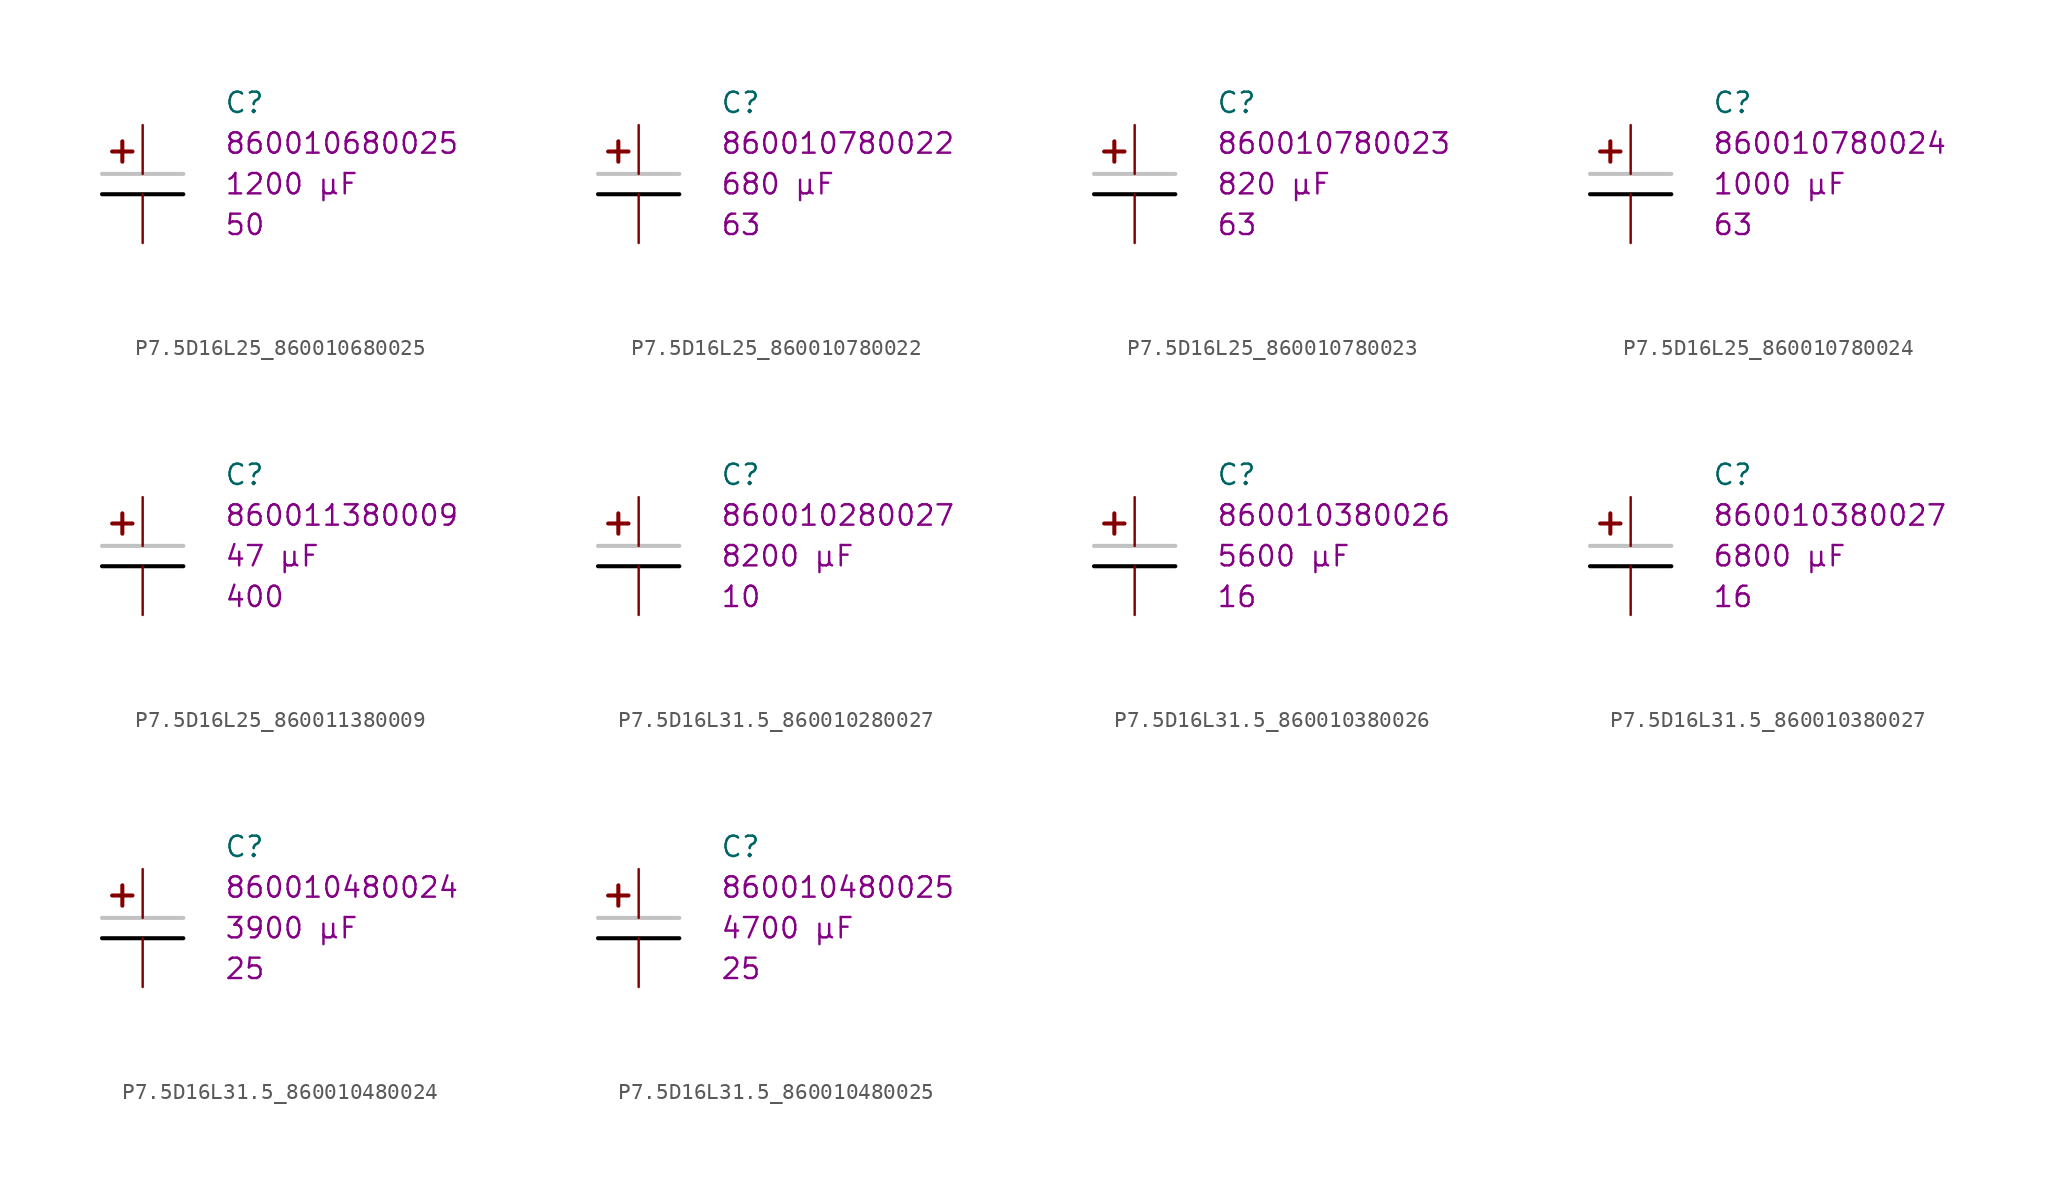
<source format=kicad_sym>
(kicad_symbol_lib
  (version 20220914)
  (generator kicad_symbol_editor)
  (symbol "P7.5D16L25_860010680025"
    (pin_numbers hide)
    (pin_names hide)
    (property "Reference" "C"
      (at 5.08 5.08 0)
      (effects (font (size 1.27 1.27)) (justify left)))
    (property "Part Number" "860010680025"
      (at 5.08 2.54 0)
      (effects (font (size 1.27 1.27)) (justify left)))
    (property "Capacitance" "1200 µF"
      (at 5.08 0 0)
      (effects (font (size 1.27 1.27)) (justify left)))
    (property "Voltage" "50"
      (at 5.08 -2.54 0)
      (effects (font (size 1.27 1.27)) (justify left)))
    (property "Critical Parameter" ""
      (at 0 -7.62 0)
      (effects (font (size 1.27 1.27))))
    (symbol "P7.5D16L25_860010680025_1_1"
      (polyline (pts (xy -1.27 2.667) (xy -1.27 1.397)) (stroke (width 0.254) (type default)) (fill (type none)))
      (polyline (pts (xy -0.635 2.032) (xy -1.905 2.032)) (stroke (width 0.254) (type default)) (fill (type none)))
      (polyline (pts (xy 2.54 -0.635) (xy -2.54 -0.635)) (stroke (width 0.254) (type default) (color 0 0 0 1)) (fill (type none)))
      (polyline (pts (xy 2.54 0.635) (xy -2.54 0.635)) (stroke (width 0.254) (type default) (color 194 194 194 1)) (fill (type none)))
      (pin passive line (at 0 3.679 270) (length 3.044) (name "1" (effects (font (size 1.27 1.27)))) (number "1" (effects (font (size 1.27 1.27)))))
      (pin passive line (at 0 -3.679 90) (length 3.044) (name "2" (effects (font (size 1.27 1.27)))) (number "2" (effects (font (size 1.27 1.27)))))))
  (symbol "P7.5D16L25_860010780022"
    (pin_numbers hide)
    (pin_names hide)
    (property "Reference" "C"
      (at 5.08 5.08 0)
      (effects (font (size 1.27 1.27)) (justify left)))
    (property "Part Number" "860010780022"
      (at 5.08 2.54 0)
      (effects (font (size 1.27 1.27)) (justify left)))
    (property "Capacitance" "680 µF"
      (at 5.08 0 0)
      (effects (font (size 1.27 1.27)) (justify left)))
    (property "Voltage" "63"
      (at 5.08 -2.54 0)
      (effects (font (size 1.27 1.27)) (justify left)))
    (property "Critical Parameter" ""
      (at 0 -7.62 0)
      (effects (font (size 1.27 1.27))))
    (symbol "P7.5D16L25_860010780022_1_1"
      (polyline (pts (xy -1.27 2.667) (xy -1.27 1.397)) (stroke (width 0.254) (type default)) (fill (type none)))
      (polyline (pts (xy -0.635 2.032) (xy -1.905 2.032)) (stroke (width 0.254) (type default)) (fill (type none)))
      (polyline (pts (xy 2.54 -0.635) (xy -2.54 -0.635)) (stroke (width 0.254) (type default) (color 0 0 0 1)) (fill (type none)))
      (polyline (pts (xy 2.54 0.635) (xy -2.54 0.635)) (stroke (width 0.254) (type default) (color 194 194 194 1)) (fill (type none)))
      (pin passive line (at 0 3.679 270) (length 3.044) (name "1" (effects (font (size 1.27 1.27)))) (number "1" (effects (font (size 1.27 1.27)))))
      (pin passive line (at 0 -3.679 90) (length 3.044) (name "2" (effects (font (size 1.27 1.27)))) (number "2" (effects (font (size 1.27 1.27)))))))
  (symbol "P7.5D16L25_860010780023"
    (pin_numbers hide)
    (pin_names hide)
    (property "Reference" "C"
      (at 5.08 5.08 0)
      (effects (font (size 1.27 1.27)) (justify left)))
    (property "Part Number" "860010780023"
      (at 5.08 2.54 0)
      (effects (font (size 1.27 1.27)) (justify left)))
    (property "Capacitance" "820 µF"
      (at 5.08 0 0)
      (effects (font (size 1.27 1.27)) (justify left)))
    (property "Voltage" "63"
      (at 5.08 -2.54 0)
      (effects (font (size 1.27 1.27)) (justify left)))
    (property "Critical Parameter" ""
      (at 0 -7.62 0)
      (effects (font (size 1.27 1.27))))
    (symbol "P7.5D16L25_860010780023_1_1"
      (polyline (pts (xy -1.27 2.667) (xy -1.27 1.397)) (stroke (width 0.254) (type default)) (fill (type none)))
      (polyline (pts (xy -0.635 2.032) (xy -1.905 2.032)) (stroke (width 0.254) (type default)) (fill (type none)))
      (polyline (pts (xy 2.54 -0.635) (xy -2.54 -0.635)) (stroke (width 0.254) (type default) (color 0 0 0 1)) (fill (type none)))
      (polyline (pts (xy 2.54 0.635) (xy -2.54 0.635)) (stroke (width 0.254) (type default) (color 194 194 194 1)) (fill (type none)))
      (pin passive line (at 0 3.679 270) (length 3.044) (name "1" (effects (font (size 1.27 1.27)))) (number "1" (effects (font (size 1.27 1.27)))))
      (pin passive line (at 0 -3.679 90) (length 3.044) (name "2" (effects (font (size 1.27 1.27)))) (number "2" (effects (font (size 1.27 1.27)))))))
  (symbol "P7.5D16L25_860010780024"
    (pin_numbers hide)
    (pin_names hide)
    (property "Reference" "C"
      (at 5.08 5.08 0)
      (effects (font (size 1.27 1.27)) (justify left)))
    (property "Part Number" "860010780024"
      (at 5.08 2.54 0)
      (effects (font (size 1.27 1.27)) (justify left)))
    (property "Capacitance" "1000 µF"
      (at 5.08 0 0)
      (effects (font (size 1.27 1.27)) (justify left)))
    (property "Voltage" "63"
      (at 5.08 -2.54 0)
      (effects (font (size 1.27 1.27)) (justify left)))
    (property "Critical Parameter" ""
      (at 0 -7.62 0)
      (effects (font (size 1.27 1.27))))
    (symbol "P7.5D16L25_860010780024_1_1"
      (polyline (pts (xy -1.27 2.667) (xy -1.27 1.397)) (stroke (width 0.254) (type default)) (fill (type none)))
      (polyline (pts (xy -0.635 2.032) (xy -1.905 2.032)) (stroke (width 0.254) (type default)) (fill (type none)))
      (polyline (pts (xy 2.54 -0.635) (xy -2.54 -0.635)) (stroke (width 0.254) (type default) (color 0 0 0 1)) (fill (type none)))
      (polyline (pts (xy 2.54 0.635) (xy -2.54 0.635)) (stroke (width 0.254) (type default) (color 194 194 194 1)) (fill (type none)))
      (pin passive line (at 0 3.679 270) (length 3.044) (name "1" (effects (font (size 1.27 1.27)))) (number "1" (effects (font (size 1.27 1.27)))))
      (pin passive line (at 0 -3.679 90) (length 3.044) (name "2" (effects (font (size 1.27 1.27)))) (number "2" (effects (font (size 1.27 1.27)))))))
  (symbol "P7.5D16L25_860011380009"
    (pin_numbers hide)
    (pin_names hide)
    (property "Reference" "C"
      (at 5.08 5.08 0)
      (effects (font (size 1.27 1.27)) (justify left)))
    (property "Part Number" "860011380009"
      (at 5.08 2.54 0)
      (effects (font (size 1.27 1.27)) (justify left)))
    (property "Capacitance" "47 µF"
      (at 5.08 0 0)
      (effects (font (size 1.27 1.27)) (justify left)))
    (property "Voltage" "400"
      (at 5.08 -2.54 0)
      (effects (font (size 1.27 1.27)) (justify left)))
    (property "Critical Parameter" ""
      (at 0 -7.62 0)
      (effects (font (size 1.27 1.27))))
    (symbol "P7.5D16L25_860011380009_1_1"
      (polyline (pts (xy -1.27 2.667) (xy -1.27 1.397)) (stroke (width 0.254) (type default)) (fill (type none)))
      (polyline (pts (xy -0.635 2.032) (xy -1.905 2.032)) (stroke (width 0.254) (type default)) (fill (type none)))
      (polyline (pts (xy 2.54 -0.635) (xy -2.54 -0.635)) (stroke (width 0.254) (type default) (color 0 0 0 1)) (fill (type none)))
      (polyline (pts (xy 2.54 0.635) (xy -2.54 0.635)) (stroke (width 0.254) (type default) (color 194 194 194 1)) (fill (type none)))
      (pin passive line (at 0 3.679 270) (length 3.044) (name "1" (effects (font (size 1.27 1.27)))) (number "1" (effects (font (size 1.27 1.27)))))
      (pin passive line (at 0 -3.679 90) (length 3.044) (name "2" (effects (font (size 1.27 1.27)))) (number "2" (effects (font (size 1.27 1.27)))))))
  (symbol "P7.5D16L31.5_860010280027"
    (pin_numbers hide)
    (pin_names hide)
    (property "Reference" "C"
      (at 5.08 5.08 0)
      (effects (font (size 1.27 1.27)) (justify left)))
    (property "Part Number" "860010280027"
      (at 5.08 2.54 0)
      (effects (font (size 1.27 1.27)) (justify left)))
    (property "Capacitance" "8200 µF"
      (at 5.08 0 0)
      (effects (font (size 1.27 1.27)) (justify left)))
    (property "Voltage" "10"
      (at 5.08 -2.54 0)
      (effects (font (size 1.27 1.27)) (justify left)))
    (property "Critical Parameter" ""
      (at 0 -7.62 0)
      (effects (font (size 1.27 1.27))))
    (symbol "P7.5D16L31.5_860010280027_1_1"
      (polyline (pts (xy -1.27 2.667) (xy -1.27 1.397)) (stroke (width 0.254) (type default)) (fill (type none)))
      (polyline (pts (xy -0.635 2.032) (xy -1.905 2.032)) (stroke (width 0.254) (type default)) (fill (type none)))
      (polyline (pts (xy 2.54 -0.635) (xy -2.54 -0.635)) (stroke (width 0.254) (type default) (color 0 0 0 1)) (fill (type none)))
      (polyline (pts (xy 2.54 0.635) (xy -2.54 0.635)) (stroke (width 0.254) (type default) (color 194 194 194 1)) (fill (type none)))
      (pin passive line (at 0 3.679 270) (length 3.044) (name "1" (effects (font (size 1.27 1.27)))) (number "1" (effects (font (size 1.27 1.27)))))
      (pin passive line (at 0 -3.679 90) (length 3.044) (name "2" (effects (font (size 1.27 1.27)))) (number "2" (effects (font (size 1.27 1.27)))))))
  (symbol "P7.5D16L31.5_860010380026"
    (pin_numbers hide)
    (pin_names hide)
    (property "Reference" "C"
      (at 5.08 5.08 0)
      (effects (font (size 1.27 1.27)) (justify left)))
    (property "Part Number" "860010380026"
      (at 5.08 2.54 0)
      (effects (font (size 1.27 1.27)) (justify left)))
    (property "Capacitance" "5600 µF"
      (at 5.08 0 0)
      (effects (font (size 1.27 1.27)) (justify left)))
    (property "Voltage" "16"
      (at 5.08 -2.54 0)
      (effects (font (size 1.27 1.27)) (justify left)))
    (property "Critical Parameter" ""
      (at 0 -7.62 0)
      (effects (font (size 1.27 1.27))))
    (symbol "P7.5D16L31.5_860010380026_1_1"
      (polyline (pts (xy -1.27 2.667) (xy -1.27 1.397)) (stroke (width 0.254) (type default)) (fill (type none)))
      (polyline (pts (xy -0.635 2.032) (xy -1.905 2.032)) (stroke (width 0.254) (type default)) (fill (type none)))
      (polyline (pts (xy 2.54 -0.635) (xy -2.54 -0.635)) (stroke (width 0.254) (type default) (color 0 0 0 1)) (fill (type none)))
      (polyline (pts (xy 2.54 0.635) (xy -2.54 0.635)) (stroke (width 0.254) (type default) (color 194 194 194 1)) (fill (type none)))
      (pin passive line (at 0 3.679 270) (length 3.044) (name "1" (effects (font (size 1.27 1.27)))) (number "1" (effects (font (size 1.27 1.27)))))
      (pin passive line (at 0 -3.679 90) (length 3.044) (name "2" (effects (font (size 1.27 1.27)))) (number "2" (effects (font (size 1.27 1.27)))))))
  (symbol "P7.5D16L31.5_860010380027"
    (pin_numbers hide)
    (pin_names hide)
    (property "Reference" "C"
      (at 5.08 5.08 0)
      (effects (font (size 1.27 1.27)) (justify left)))
    (property "Part Number" "860010380027"
      (at 5.08 2.54 0)
      (effects (font (size 1.27 1.27)) (justify left)))
    (property "Capacitance" "6800 µF"
      (at 5.08 0 0)
      (effects (font (size 1.27 1.27)) (justify left)))
    (property "Voltage" "16"
      (at 5.08 -2.54 0)
      (effects (font (size 1.27 1.27)) (justify left)))
    (property "Critical Parameter" ""
      (at 0 -7.62 0)
      (effects (font (size 1.27 1.27))))
    (symbol "P7.5D16L31.5_860010380027_1_1"
      (polyline (pts (xy -1.27 2.667) (xy -1.27 1.397)) (stroke (width 0.254) (type default)) (fill (type none)))
      (polyline (pts (xy -0.635 2.032) (xy -1.905 2.032)) (stroke (width 0.254) (type default)) (fill (type none)))
      (polyline (pts (xy 2.54 -0.635) (xy -2.54 -0.635)) (stroke (width 0.254) (type default) (color 0 0 0 1)) (fill (type none)))
      (polyline (pts (xy 2.54 0.635) (xy -2.54 0.635)) (stroke (width 0.254) (type default) (color 194 194 194 1)) (fill (type none)))
      (pin passive line (at 0 3.679 270) (length 3.044) (name "1" (effects (font (size 1.27 1.27)))) (number "1" (effects (font (size 1.27 1.27)))))
      (pin passive line (at 0 -3.679 90) (length 3.044) (name "2" (effects (font (size 1.27 1.27)))) (number "2" (effects (font (size 1.27 1.27)))))))
  (symbol "P7.5D16L31.5_860010480024"
    (pin_numbers hide)
    (pin_names hide)
    (property "Reference" "C"
      (at 5.08 5.08 0)
      (effects (font (size 1.27 1.27)) (justify left)))
    (property "Part Number" "860010480024"
      (at 5.08 2.54 0)
      (effects (font (size 1.27 1.27)) (justify left)))
    (property "Capacitance" "3900 µF"
      (at 5.08 0 0)
      (effects (font (size 1.27 1.27)) (justify left)))
    (property "Voltage" "25"
      (at 5.08 -2.54 0)
      (effects (font (size 1.27 1.27)) (justify left)))
    (property "Critical Parameter" ""
      (at 0 -7.62 0)
      (effects (font (size 1.27 1.27))))
    (symbol "P7.5D16L31.5_860010480024_1_1"
      (polyline (pts (xy -1.27 2.667) (xy -1.27 1.397)) (stroke (width 0.254) (type default)) (fill (type none)))
      (polyline (pts (xy -0.635 2.032) (xy -1.905 2.032)) (stroke (width 0.254) (type default)) (fill (type none)))
      (polyline (pts (xy 2.54 -0.635) (xy -2.54 -0.635)) (stroke (width 0.254) (type default) (color 0 0 0 1)) (fill (type none)))
      (polyline (pts (xy 2.54 0.635) (xy -2.54 0.635)) (stroke (width 0.254) (type default) (color 194 194 194 1)) (fill (type none)))
      (pin passive line (at 0 3.679 270) (length 3.044) (name "1" (effects (font (size 1.27 1.27)))) (number "1" (effects (font (size 1.27 1.27)))))
      (pin passive line (at 0 -3.679 90) (length 3.044) (name "2" (effects (font (size 1.27 1.27)))) (number "2" (effects (font (size 1.27 1.27)))))))
  (symbol "P7.5D16L31.5_860010480025"
    (pin_numbers hide)
    (pin_names hide)
    (property "Reference" "C"
      (at 5.08 5.08 0)
      (effects (font (size 1.27 1.27)) (justify left)))
    (property "Part Number" "860010480025"
      (at 5.08 2.54 0)
      (effects (font (size 1.27 1.27)) (justify left)))
    (property "Capacitance" "4700 µF"
      (at 5.08 0 0)
      (effects (font (size 1.27 1.27)) (justify left)))
    (property "Voltage" "25"
      (at 5.08 -2.54 0)
      (effects (font (size 1.27 1.27)) (justify left)))
    (property "Critical Parameter" ""
      (at 0 -7.62 0)
      (effects (font (size 1.27 1.27))))
    (symbol "P7.5D16L31.5_860010480025_1_1"
      (polyline (pts (xy -1.27 2.667) (xy -1.27 1.397)) (stroke (width 0.254) (type default)) (fill (type none)))
      (polyline (pts (xy -0.635 2.032) (xy -1.905 2.032)) (stroke (width 0.254) (type default)) (fill (type none)))
      (polyline (pts (xy 2.54 -0.635) (xy -2.54 -0.635)) (stroke (width 0.254) (type default) (color 0 0 0 1)) (fill (type none)))
      (polyline (pts (xy 2.54 0.635) (xy -2.54 0.635)) (stroke (width 0.254) (type default) (color 194 194 194 1)) (fill (type none)))
      (pin passive line (at 0 3.679 270) (length 3.044) (name "1" (effects (font (size 1.27 1.27)))) (number "1" (effects (font (size 1.27 1.27)))))
      (pin passive line (at 0 -3.679 90) (length 3.044) (name "2" (effects (font (size 1.27 1.27)))) (number "2" (effects (font (size 1.27 1.27))))))))
</source>
